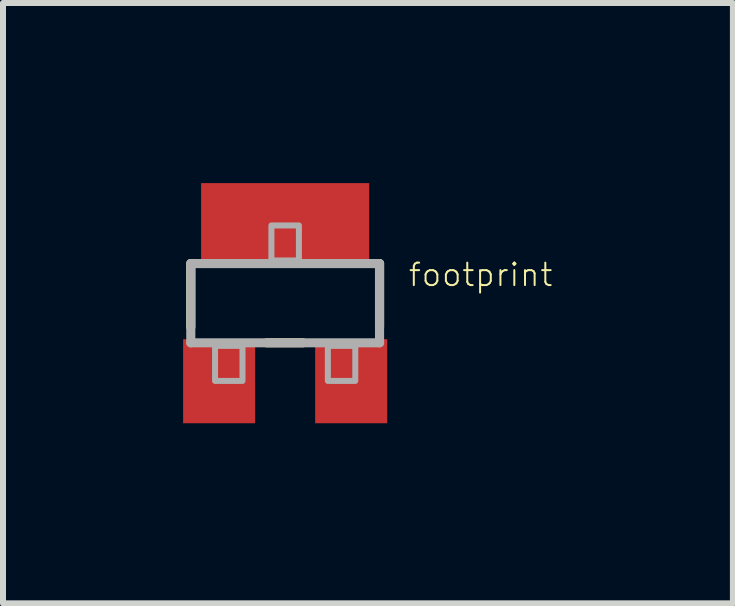
<source format=kicad_pcb>
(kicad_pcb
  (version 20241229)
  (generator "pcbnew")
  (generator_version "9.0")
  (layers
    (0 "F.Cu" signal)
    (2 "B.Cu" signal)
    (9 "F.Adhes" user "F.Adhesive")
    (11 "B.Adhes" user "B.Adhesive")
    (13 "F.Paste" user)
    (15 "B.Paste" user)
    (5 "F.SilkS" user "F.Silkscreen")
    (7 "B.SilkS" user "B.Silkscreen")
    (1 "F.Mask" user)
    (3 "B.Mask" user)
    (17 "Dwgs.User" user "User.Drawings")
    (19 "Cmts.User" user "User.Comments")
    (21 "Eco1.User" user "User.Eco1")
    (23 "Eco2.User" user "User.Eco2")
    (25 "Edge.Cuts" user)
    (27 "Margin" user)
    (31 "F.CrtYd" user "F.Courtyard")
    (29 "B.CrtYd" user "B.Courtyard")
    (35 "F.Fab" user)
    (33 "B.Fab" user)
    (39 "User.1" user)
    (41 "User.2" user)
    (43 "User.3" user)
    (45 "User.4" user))
  (footprint "footprint"
    (layer "F.Cu")
    (at 1.7 2)
    (property "Reference" "footprint" (at 2.032 -0.254 0) (layer "F.SilkS") (effects (font (size 0.374 0.374) (thickness 0.033)) (justify left bottom)))
    (fp_line (start -1.572 0.398) (end -1.572 -0.66) (stroke (width 0.152) (type solid)) (layer "F.SilkS"))
    (fp_line (start 0.295 0.66) (end -0.309 0.66) (stroke (width 0.152) (type solid)) (layer "F.SilkS"))
    (fp_line (start 1.572 -0.66) (end 1.572 0.398) (stroke (width 0.152) (type solid)) (layer "F.SilkS"))
    (fp_line (start -1.572 -0.66) (end 1.572 -0.66) (stroke (width 0.152) (type solid)) (layer "F.Fab"))
    (fp_line (start -1.572 0.66) (end -1.572 -0.66) (stroke (width 0.152) (type solid)) (layer "F.Fab"))
    (fp_line (start 1.572 -0.66) (end 1.572 0.66) (stroke (width 0.152) (type solid)) (layer "F.Fab"))
    (fp_line (start 1.572 0.66) (end -1.572 0.66) (stroke (width 0.152) (type solid)) (layer "F.Fab"))
    (fp_poly (pts (xy -1.168 1.295) (xy -0.711 1.295) (xy -0.711 0.711) (xy -1.168 0.711)) (stroke (width 0.1) (type solid)) (fill no) (layer "F.Fab"))
    (fp_poly (pts (xy -0.229 -0.711) (xy 0.229 -0.711) (xy 0.229 -1.295) (xy -0.229 -1.295)) (stroke (width 0.1) (type solid)) (fill no) (layer "F.Fab"))
    (fp_poly (pts (xy 0.711 1.295) (xy 1.168 1.295) (xy 1.168 0.711) (xy 0.711 0.711)) (stroke (width 0.1) (type solid)) (fill no) (layer "F.Fab"))
    (pad "1" smd rect (at -1.1 1.3) (size 1.2 1.4) (layers "F.Cu" "F.Mask" "F.Paste"))
    (pad "2" smd rect (at 1.1 1.3) (size 1.2 1.4) (layers "F.Cu" "F.Mask" "F.Paste"))
    (pad "3" smd rect (at 0 -1.3) (size 2.8 1.4) (layers "F.Cu" "F.Mask" "F.Paste")))
  (gr_rect
    (start -3 -3)
    (end 9.158 7)
    (stroke (width 0.1) (type default))
    (fill no)
    (layer "Edge.Cuts")))
</source>
